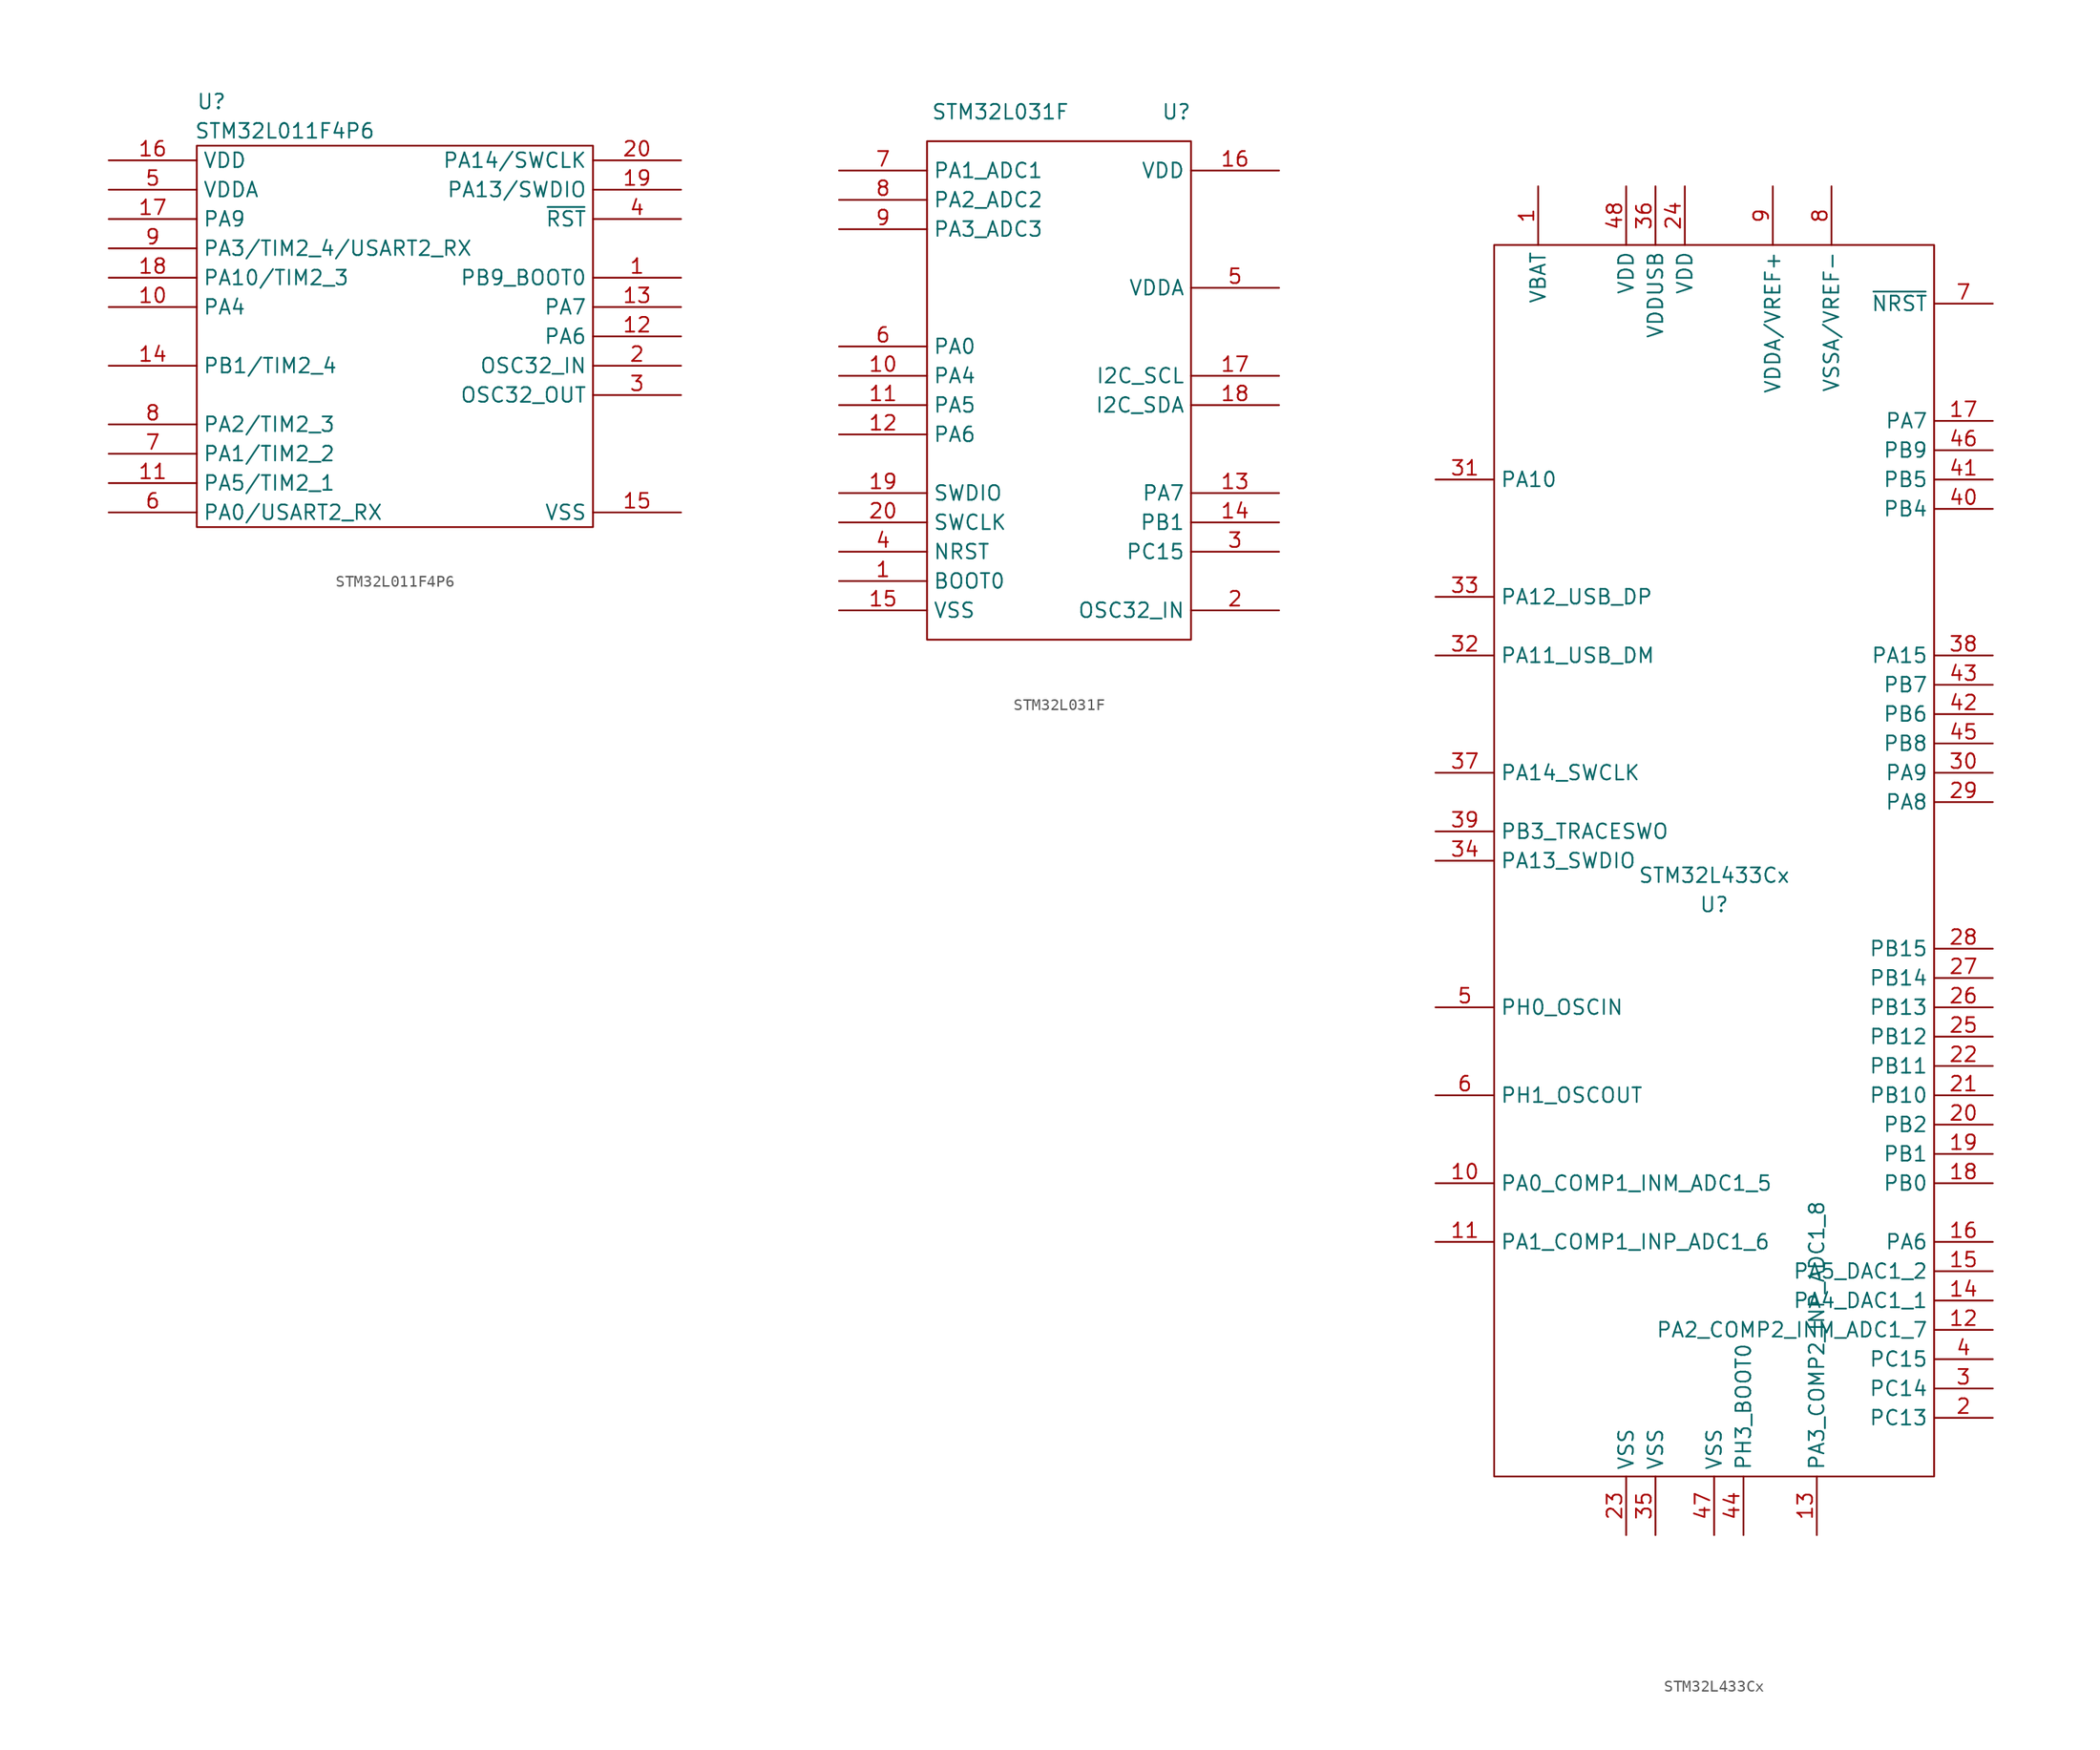
<source format=kicad_sym>
(kicad_symbol_lib
  (version 20200126)
  (host kicad_symbol_editor "(5.99.0-2195-g476558ece)")
  (symbol "STMicroelectronics:STM32L011F4P6"
    (property "Reference" "U"
      (at -16.51 20.32 0)
      (effects (font (size 1.27 1.27))))
    (property "Value" "STM32L011F4P6"
      (at -10.16 17.78 0)
      (effects (font (size 1.27 1.27))))
    (symbol "STM32L011F4P6_1_0"
      (rectangle (start -17.78 -16.51) (end 16.51 16.51) (stroke (width 0)) (fill (type none))))
    (symbol "STM32L011F4P6_1_1"
      (pin input line (at 24.13 5.08 180) (length 7.62) (name "PB9_BOOT0" (effects (font (size 1.27 1.27)))) (number "1" (effects (font (size 1.27 1.27)))))
      (pin input line (at -25.4 2.54 0) (length 7.62) (name "PA4" (effects (font (size 1.27 1.27)))) (number "10" (effects (font (size 1.27 1.27)))))
      (pin output line (at -25.4 -12.7 0) (length 7.62) (name "PA5/TIM2_1" (effects (font (size 1.27 1.27)))) (number "11" (effects (font (size 1.27 1.27)))))
      (pin input line (at 24.13 0 180) (length 7.62) (name "PA6" (effects (font (size 1.27 1.27)))) (number "12" (effects (font (size 1.27 1.27)))))
      (pin input line (at 24.13 2.54 180) (length 7.62) (name "PA7" (effects (font (size 1.27 1.27)))) (number "13" (effects (font (size 1.27 1.27)))))
      (pin input line (at -25.4 -2.54 0) (length 7.62) (name "PB1/TIM2_4" (effects (font (size 1.27 1.27)))) (number "14" (effects (font (size 1.27 1.27)))))
      (pin power_in line (at 24.13 -15.24 180) (length 7.62) (name "VSS" (effects (font (size 1.27 1.27)))) (number "15" (effects (font (size 1.27 1.27)))))
      (pin power_in line (at -25.4 15.24 0) (length 7.62) (name "VDD" (effects (font (size 1.27 1.27)))) (number "16" (effects (font (size 1.27 1.27)))))
      (pin input line (at -25.4 10.16 0) (length 7.62) (name "PA9" (effects (font (size 1.27 1.27)))) (number "17" (effects (font (size 1.27 1.27)))))
      (pin input line (at -25.4 5.08 0) (length 7.62) (name "PA10/TIM2_3" (effects (font (size 1.27 1.27)))) (number "18" (effects (font (size 1.27 1.27)))))
      (pin input line (at 24.13 12.7 180) (length 7.62) (name "PA13/SWDIO" (effects (font (size 1.27 1.27)))) (number "19" (effects (font (size 1.27 1.27)))))
      (pin passive line (at 24.13 -2.54 180) (length 7.62) (name "OSC32_IN" (effects (font (size 1.27 1.27)))) (number "2" (effects (font (size 1.27 1.27)))))
      (pin input line (at 24.13 15.24 180) (length 7.62) (name "PA14/SWCLK" (effects (font (size 1.27 1.27)))) (number "20" (effects (font (size 1.27 1.27)))))
      (pin passive line (at 24.13 -5.08 180) (length 7.62) (name "OSC32_OUT" (effects (font (size 1.27 1.27)))) (number "3" (effects (font (size 1.27 1.27)))))
      (pin input line (at 24.13 10.16 180) (length 7.62) (name "~RST" (effects (font (size 1.27 1.27)))) (number "4" (effects (font (size 1.27 1.27)))))
      (pin power_in line (at -25.4 12.7 0) (length 7.62) (name "VDDA" (effects (font (size 1.27 1.27)))) (number "5" (effects (font (size 1.27 1.27)))))
      (pin input line (at -25.4 -15.24 0) (length 7.62) (name "PA0/USART2_RX" (effects (font (size 1.27 1.27)))) (number "6" (effects (font (size 1.27 1.27)))))
      (pin output line (at -25.4 -10.16 0) (length 7.62) (name "PA1/TIM2_2" (effects (font (size 1.27 1.27)))) (number "7" (effects (font (size 1.27 1.27)))))
      (pin output line (at -25.4 -7.62 0) (length 7.62) (name "PA2/TIM2_3" (effects (font (size 1.27 1.27)))) (number "8" (effects (font (size 1.27 1.27)))))
      (pin output line (at -25.4 7.62 0) (length 7.62) (name "PA3/TIM2_4/USART2_RX" (effects (font (size 1.27 1.27)))) (number "9" (effects (font (size 1.27 1.27)))))))
  (symbol "STMicroelectronics:STM32L031F"
    (property "Reference" "U"
      (at 10.16 22.86 0)
      (effects (font (size 1.27 1.27))))
    (property "Value" "STM32L031F"
      (at -5.08 22.86 0)
      (effects (font (size 1.27 1.27))))
    (symbol "STM32L031F_1_0"
      (rectangle (start -11.43 20.32) (end 11.43 -22.86) (stroke (width 0)) (fill (type none))))
    (symbol "STM32L031F_1_1"
      (pin input line (at -19.05 -17.78 0) (length 7.62) (name "BOOT0" (effects (font (size 1.27 1.27)))) (number "1" (effects (font (size 1.27 1.27)))))
      (pin input line (at 19.05 -20.32 180) (length 7.62) (name "OSC32_IN" (effects (font (size 1.27 1.27)))) (number "2" (effects (font (size 1.27 1.27)))))
      (pin input line (at 19.05 -15.24 180) (length 7.62) (name "PC15" (effects (font (size 1.27 1.27)))) (number "3" (effects (font (size 1.27 1.27)))))
      (pin input line (at -19.05 -15.24 0) (length 7.62) (name "NRST" (effects (font (size 1.27 1.27)))) (number "4" (effects (font (size 1.27 1.27)))))
      (pin power_in line (at 19.05 7.62 180) (length 7.62) (name "VDDA" (effects (font (size 1.27 1.27)))) (number "5" (effects (font (size 1.27 1.27)))))
      (pin output line (at -19.05 2.54 0) (length 7.62) (name "PA0" (effects (font (size 1.27 1.27)))) (number "6" (effects (font (size 1.27 1.27)))))
      (pin passive line (at -19.05 17.78 0) (length 7.62) (name "PA1_ADC1" (effects (font (size 1.27 1.27)))) (number "7" (effects (font (size 1.27 1.27)))))
      (pin passive line (at -19.05 15.24 0) (length 7.62) (name "PA2_ADC2" (effects (font (size 1.27 1.27)))) (number "8" (effects (font (size 1.27 1.27)))))
      (pin passive line (at -19.05 12.7 0) (length 7.62) (name "PA3_ADC3" (effects (font (size 1.27 1.27)))) (number "9" (effects (font (size 1.27 1.27)))))
      (pin output line (at -19.05 0 0) (length 7.62) (name "PA4" (effects (font (size 1.27 1.27)))) (number "10" (effects (font (size 1.27 1.27)))))
      (pin output line (at -19.05 -2.54 0) (length 7.62) (name "PA5" (effects (font (size 1.27 1.27)))) (number "11" (effects (font (size 1.27 1.27)))))
      (pin input line (at -19.05 -5.08 0) (length 7.62) (name "PA6" (effects (font (size 1.27 1.27)))) (number "12" (effects (font (size 1.27 1.27)))))
      (pin input line (at 19.05 -10.16 180) (length 7.62) (name "PA7" (effects (font (size 1.27 1.27)))) (number "13" (effects (font (size 1.27 1.27)))))
      (pin input line (at 19.05 -12.7 180) (length 7.62) (name "PB1" (effects (font (size 1.27 1.27)))) (number "14" (effects (font (size 1.27 1.27)))))
      (pin power_in line (at -19.05 -20.32 0) (length 7.62) (name "VSS" (effects (font (size 1.27 1.27)))) (number "15" (effects (font (size 1.27 1.27)))))
      (pin power_in line (at 19.05 17.78 180) (length 7.62) (name "VDD" (effects (font (size 1.27 1.27)))) (number "16" (effects (font (size 1.27 1.27)))))
      (pin output line (at 19.05 0 180) (length 7.62) (name "I2C_SCL" (effects (font (size 1.27 1.27)))) (number "17" (effects (font (size 1.27 1.27)))))
      (pin output line (at 19.05 -2.54 180) (length 7.62) (name "I2C_SDA" (effects (font (size 1.27 1.27)))) (number "18" (effects (font (size 1.27 1.27)))))
      (pin input line (at -19.05 -10.16 0) (length 7.62) (name "SWDIO" (effects (font (size 1.27 1.27)))) (number "19" (effects (font (size 1.27 1.27)))))
      (pin input line (at -19.05 -12.7 0) (length 7.62) (name "SWCLK" (effects (font (size 1.27 1.27)))) (number "20" (effects (font (size 1.27 1.27)))))))
  (symbol "STMicroelectronics:STM32L433Cx"
    (property "Reference" "U"
      (at 0 -3.81 0)
      (effects (font (size 1.27 1.27))))
    (property "Value" "STM32L433Cx"
      (at 0 -1.27 0)
      (effects (font (size 1.27 1.27))))
    (symbol "STM32L433Cx_1_0"
      (rectangle (start -19.05 -53.34) (end 19.05 53.34) (stroke (width 0)) (fill (type none))))
    (symbol "STM32L433Cx_1_1"
      (pin power_in line (at -15.24 58.42 270) (length 5.08) (name "VBAT" (effects (font (size 1.27 1.27)))) (number "1" (effects (font (size 1.27 1.27)))))
      (pin input line (at -24.13 -27.94 0) (length 5.08) (name "PA0_COMP1_INM_ADC1_5" (effects (font (size 1.27 1.27)))) (number "10" (effects (font (size 1.27 1.27)))))
      (pin input line (at -24.13 -33.02 0) (length 5.08) (name "PA1_COMP1_INP_ADC1_6" (effects (font (size 1.27 1.27)))) (number "11" (effects (font (size 1.27 1.27)))))
      (pin input line (at 24.13 -40.64 180) (length 5.08) (name "PA2_COMP2_INM_ADC1_7" (effects (font (size 1.27 1.27)))) (number "12" (effects (font (size 1.27 1.27)))))
      (pin input line (at 8.89 -58.42 90) (length 5.08) (name "PA3_COMP2_INP_ADC1_8" (effects (font (size 1.27 1.27)))) (number "13" (effects (font (size 1.27 1.27)))))
      (pin input line (at 24.13 -38.1 180) (length 5.08) (name "PA4_DAC1_1" (effects (font (size 1.27 1.27)))) (number "14" (effects (font (size 1.27 1.27)))))
      (pin input line (at 24.13 -35.56 180) (length 5.08) (name "PA5_DAC1_2" (effects (font (size 1.27 1.27)))) (number "15" (effects (font (size 1.27 1.27)))))
      (pin input line (at 24.13 -33.02 180) (length 5.08) (name "PA6" (effects (font (size 1.27 1.27)))) (number "16" (effects (font (size 1.27 1.27)))))
      (pin input line (at 24.13 38.1 180) (length 5.08) (name "PA7" (effects (font (size 1.27 1.27)))) (number "17" (effects (font (size 1.27 1.27)))))
      (pin input line (at 24.13 -27.94 180) (length 5.08) (name "PB0" (effects (font (size 1.27 1.27)))) (number "18" (effects (font (size 1.27 1.27)))))
      (pin input line (at 24.13 -25.4 180) (length 5.08) (name "PB1" (effects (font (size 1.27 1.27)))) (number "19" (effects (font (size 1.27 1.27)))))
      (pin input line (at 24.13 -48.26 180) (length 5.08) (name "PC13" (effects (font (size 1.27 1.27)))) (number "2" (effects (font (size 1.27 1.27)))))
      (pin output line (at 24.13 -22.86 180) (length 5.08) (name "PB2" (effects (font (size 1.27 1.27)))) (number "20" (effects (font (size 1.27 1.27)))))
      (pin open_collector line (at 24.13 -20.32 180) (length 5.08) (name "PB10" (effects (font (size 1.27 1.27)))) (number "21" (effects (font (size 1.27 1.27)))))
      (pin open_collector line (at 24.13 -17.78 180) (length 5.08) (name "PB11" (effects (font (size 1.27 1.27)))) (number "22" (effects (font (size 1.27 1.27)))))
      (pin power_in line (at -7.62 -58.42 90) (length 5.08) (name "VSS" (effects (font (size 1.27 1.27)))) (number "23" (effects (font (size 1.27 1.27)))))
      (pin power_in line (at -2.54 58.42 270) (length 5.08) (name "VDD" (effects (font (size 1.27 1.27)))) (number "24" (effects (font (size 1.27 1.27)))))
      (pin input line (at 24.13 -15.24 180) (length 5.08) (name "PB12" (effects (font (size 1.27 1.27)))) (number "25" (effects (font (size 1.27 1.27)))))
      (pin input line (at 24.13 -12.7 180) (length 5.08) (name "PB13" (effects (font (size 1.27 1.27)))) (number "26" (effects (font (size 1.27 1.27)))))
      (pin input line (at 24.13 -10.16 180) (length 5.08) (name "PB14" (effects (font (size 1.27 1.27)))) (number "27" (effects (font (size 1.27 1.27)))))
      (pin input line (at 24.13 -7.62 180) (length 5.08) (name "PB15" (effects (font (size 1.27 1.27)))) (number "28" (effects (font (size 1.27 1.27)))))
      (pin input line (at 24.13 5.08 180) (length 5.08) (name "PA8" (effects (font (size 1.27 1.27)))) (number "29" (effects (font (size 1.27 1.27)))))
      (pin input line (at 24.13 -45.72 180) (length 5.08) (name "PC14" (effects (font (size 1.27 1.27)))) (number "3" (effects (font (size 1.27 1.27)))))
      (pin input line (at 24.13 7.62 180) (length 5.08) (name "PA9" (effects (font (size 1.27 1.27)))) (number "30" (effects (font (size 1.27 1.27)))))
      (pin input line (at -24.13 33.02 0) (length 5.08) (name "PA10" (effects (font (size 1.27 1.27)))) (number "31" (effects (font (size 1.27 1.27)))))
      (pin bidirectional line (at -24.13 17.78 0) (length 5.08) (name "PA11_USB_DM" (effects (font (size 1.27 1.27)))) (number "32" (effects (font (size 1.27 1.27)))))
      (pin bidirectional line (at -24.13 22.86 0) (length 5.08) (name "PA12_USB_DP" (effects (font (size 1.27 1.27)))) (number "33" (effects (font (size 1.27 1.27)))))
      (pin bidirectional line (at -24.13 0 0) (length 5.08) (name "PA13_SWDIO" (effects (font (size 1.27 1.27)))) (number "34" (effects (font (size 1.27 1.27)))))
      (pin power_in line (at -5.08 -58.42 90) (length 5.08) (name "VSS" (effects (font (size 1.27 1.27)))) (number "35" (effects (font (size 1.27 1.27)))))
      (pin power_in line (at -5.08 58.42 270) (length 5.08) (name "VDDUSB" (effects (font (size 1.27 1.27)))) (number "36" (effects (font (size 1.27 1.27)))))
      (pin input line (at -24.13 7.62 0) (length 5.08) (name "PA14_SWCLK" (effects (font (size 1.27 1.27)))) (number "37" (effects (font (size 1.27 1.27)))))
      (pin input line (at 24.13 17.78 180) (length 5.08) (name "PA15" (effects (font (size 1.27 1.27)))) (number "38" (effects (font (size 1.27 1.27)))))
      (pin output line (at -24.13 2.54 0) (length 5.08) (name "PB3_TRACESWO" (effects (font (size 1.27 1.27)))) (number "39" (effects (font (size 1.27 1.27)))))
      (pin input line (at 24.13 -43.18 180) (length 5.08) (name "PC15" (effects (font (size 1.27 1.27)))) (number "4" (effects (font (size 1.27 1.27)))))
      (pin input line (at 24.13 30.48 180) (length 5.08) (name "PB4" (effects (font (size 1.27 1.27)))) (number "40" (effects (font (size 1.27 1.27)))))
      (pin output line (at 24.13 33.02 180) (length 5.08) (name "PB5" (effects (font (size 1.27 1.27)))) (number "41" (effects (font (size 1.27 1.27)))))
      (pin input line (at 24.13 12.7 180) (length 5.08) (name "PB6" (effects (font (size 1.27 1.27)))) (number "42" (effects (font (size 1.27 1.27)))))
      (pin input line (at 24.13 15.24 180) (length 5.08) (name "PB7" (effects (font (size 1.27 1.27)))) (number "43" (effects (font (size 1.27 1.27)))))
      (pin input line (at 2.54 -58.42 90) (length 5.08) (name "PH3_BOOT0" (effects (font (size 1.27 1.27)))) (number "44" (effects (font (size 1.27 1.27)))))
      (pin input line (at 24.13 10.16 180) (length 5.08) (name "PB8" (effects (font (size 1.27 1.27)))) (number "45" (effects (font (size 1.27 1.27)))))
      (pin input line (at 24.13 35.56 180) (length 5.08) (name "PB9" (effects (font (size 1.27 1.27)))) (number "46" (effects (font (size 1.27 1.27)))))
      (pin power_in line (at 0 -58.42 90) (length 5.08) (name "VSS" (effects (font (size 1.27 1.27)))) (number "47" (effects (font (size 1.27 1.27)))))
      (pin power_in line (at -7.62 58.42 270) (length 5.08) (name "VDD" (effects (font (size 1.27 1.27)))) (number "48" (effects (font (size 1.27 1.27)))))
      (pin passive line (at -24.13 -12.7 0) (length 5.08) (name "PH0_OSCIN" (effects (font (size 1.27 1.27)))) (number "5" (effects (font (size 1.27 1.27)))))
      (pin passive line (at -24.13 -20.32 0) (length 5.08) (name "PH1_OSCOUT" (effects (font (size 1.27 1.27)))) (number "6" (effects (font (size 1.27 1.27)))))
      (pin input line (at 24.13 48.26 180) (length 5.08) (name "~NRST" (effects (font (size 1.27 1.27)))) (number "7" (effects (font (size 1.27 1.27)))))
      (pin power_in line (at 10.16 58.42 270) (length 5.08) (name "VSSA/VREF-" (effects (font (size 1.27 1.27)))) (number "8" (effects (font (size 1.27 1.27)))))
      (pin power_in line (at 5.08 58.42 270) (length 5.08) (name "VDDA/VREF+" (effects (font (size 1.27 1.27)))) (number "9" (effects (font (size 1.27 1.27))))))))
</source>
